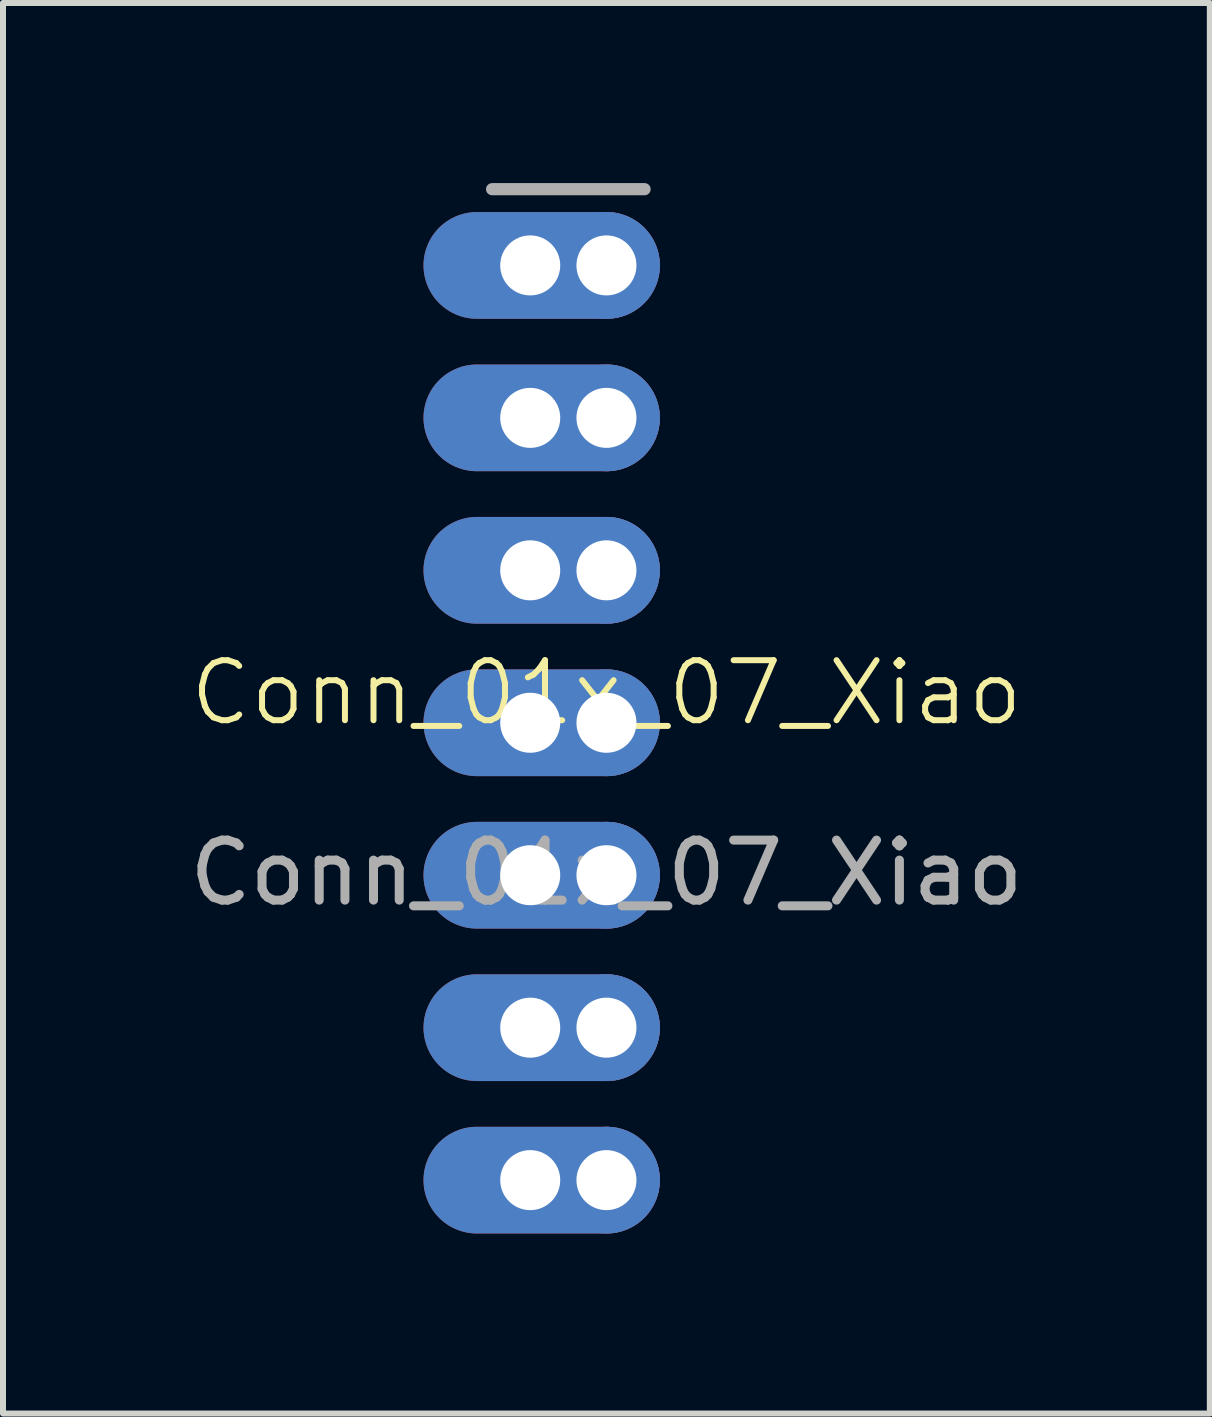
<source format=kicad_pcb>
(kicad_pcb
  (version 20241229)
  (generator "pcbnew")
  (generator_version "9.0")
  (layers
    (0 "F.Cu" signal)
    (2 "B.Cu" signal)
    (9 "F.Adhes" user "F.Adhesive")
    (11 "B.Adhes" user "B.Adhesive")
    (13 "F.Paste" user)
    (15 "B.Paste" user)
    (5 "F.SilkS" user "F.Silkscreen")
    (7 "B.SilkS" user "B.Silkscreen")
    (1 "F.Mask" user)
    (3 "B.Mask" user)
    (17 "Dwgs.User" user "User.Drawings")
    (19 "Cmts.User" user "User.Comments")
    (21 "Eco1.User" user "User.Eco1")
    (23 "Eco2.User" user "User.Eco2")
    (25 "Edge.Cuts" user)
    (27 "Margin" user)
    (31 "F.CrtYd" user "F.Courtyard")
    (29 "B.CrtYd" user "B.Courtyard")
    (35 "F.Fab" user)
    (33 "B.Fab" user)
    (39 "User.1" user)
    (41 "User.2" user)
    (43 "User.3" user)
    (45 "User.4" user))
  (footprint "Conn_01x_07_Xiao"
    (layer "F.Cu")
    (at 7.054 8.992)
    (property "Reference" "Conn_01x_07_Xiao" (at 0 -0.5 0) (unlocked yes) (layer "F.SilkS") (effects (font (size 1 1) (thickness 0.1))))
    (attr smd)
    (fp_line (start 0.635 -8.89) (end -1.905 -8.89) (stroke (width 0.203) (type solid)) (layer "F.Fab"))
    (fp_text user "${REFERENCE}" (at 0 2.5 0) (unlocked yes) (layer "F.Fab") (effects (font (size 1 1) (thickness 0.15))))
    (pad "1" thru_hole oval (at -1.27 -7.62) (size 3.938 1.778) (drill 1 (offset 0.191 0)) (layers "*.Cu" "*.Mask"))
    (pad "1" thru_hole circle (at 0 -7.62) (size 1.778 1.778) (drill 1) (layers "*.Cu" "*.Mask"))
    (pad "2" thru_hole oval (at -1.27 -5.08) (size 3.938 1.778) (drill 1 (offset 0.191 0)) (layers "*.Cu" "*.Mask"))
    (pad "2" thru_hole circle (at -0.000001 -5.08) (size 1.778 1.778) (drill 1) (layers "*.Cu" "*.Mask"))
    (pad "3" thru_hole oval (at -1.27 -2.54) (size 3.938 1.778) (drill 1 (offset 0.191 0)) (layers "*.Cu" "*.Mask"))
    (pad "3" thru_hole circle (at -0.000001 -2.54) (size 1.778 1.778) (drill 1) (layers "*.Cu" "*.Mask"))
    (pad "4" thru_hole oval (at -1.27 0) (size 3.938 1.778) (drill 1 (offset 0.191 0)) (layers "*.Cu" "*.Mask"))
    (pad "4" thru_hole circle (at 0 0) (size 1.778 1.778) (drill 1) (layers "*.Cu" "*.Mask"))
    (pad "5" thru_hole oval (at -1.27 2.54) (size 3.938 1.778) (drill 1 (offset 0.191 0)) (layers "*.Cu" "*.Mask"))
    (pad "5" thru_hole circle (at 0 2.54) (size 1.778 1.778) (drill 1) (layers "*.Cu" "*.Mask"))
    (pad "6" thru_hole oval (at -1.27 5.08) (size 3.938 1.778) (drill 1 (offset 0.191 0)) (layers "*.Cu" "*.Mask"))
    (pad "6" thru_hole circle (at -0.000001 5.08) (size 1.778 1.778) (drill 1) (layers "*.Cu" "*.Mask"))
    (pad "7" thru_hole oval (at -1.27 7.62) (size 3.938 1.778) (drill 1 (offset 0.191 0)) (layers "*.Cu" "*.Mask"))
    (pad "7" thru_hole circle (at 0 7.62) (size 1.778 1.778) (drill 1) (layers "*.Cu" "*.Mask")))
  (gr_rect
    (start -3 -3)
    (end 17.107 20.501)
    (stroke (width 0.1) (type default))
    (fill no)
    (layer "Edge.Cuts")))
</source>
